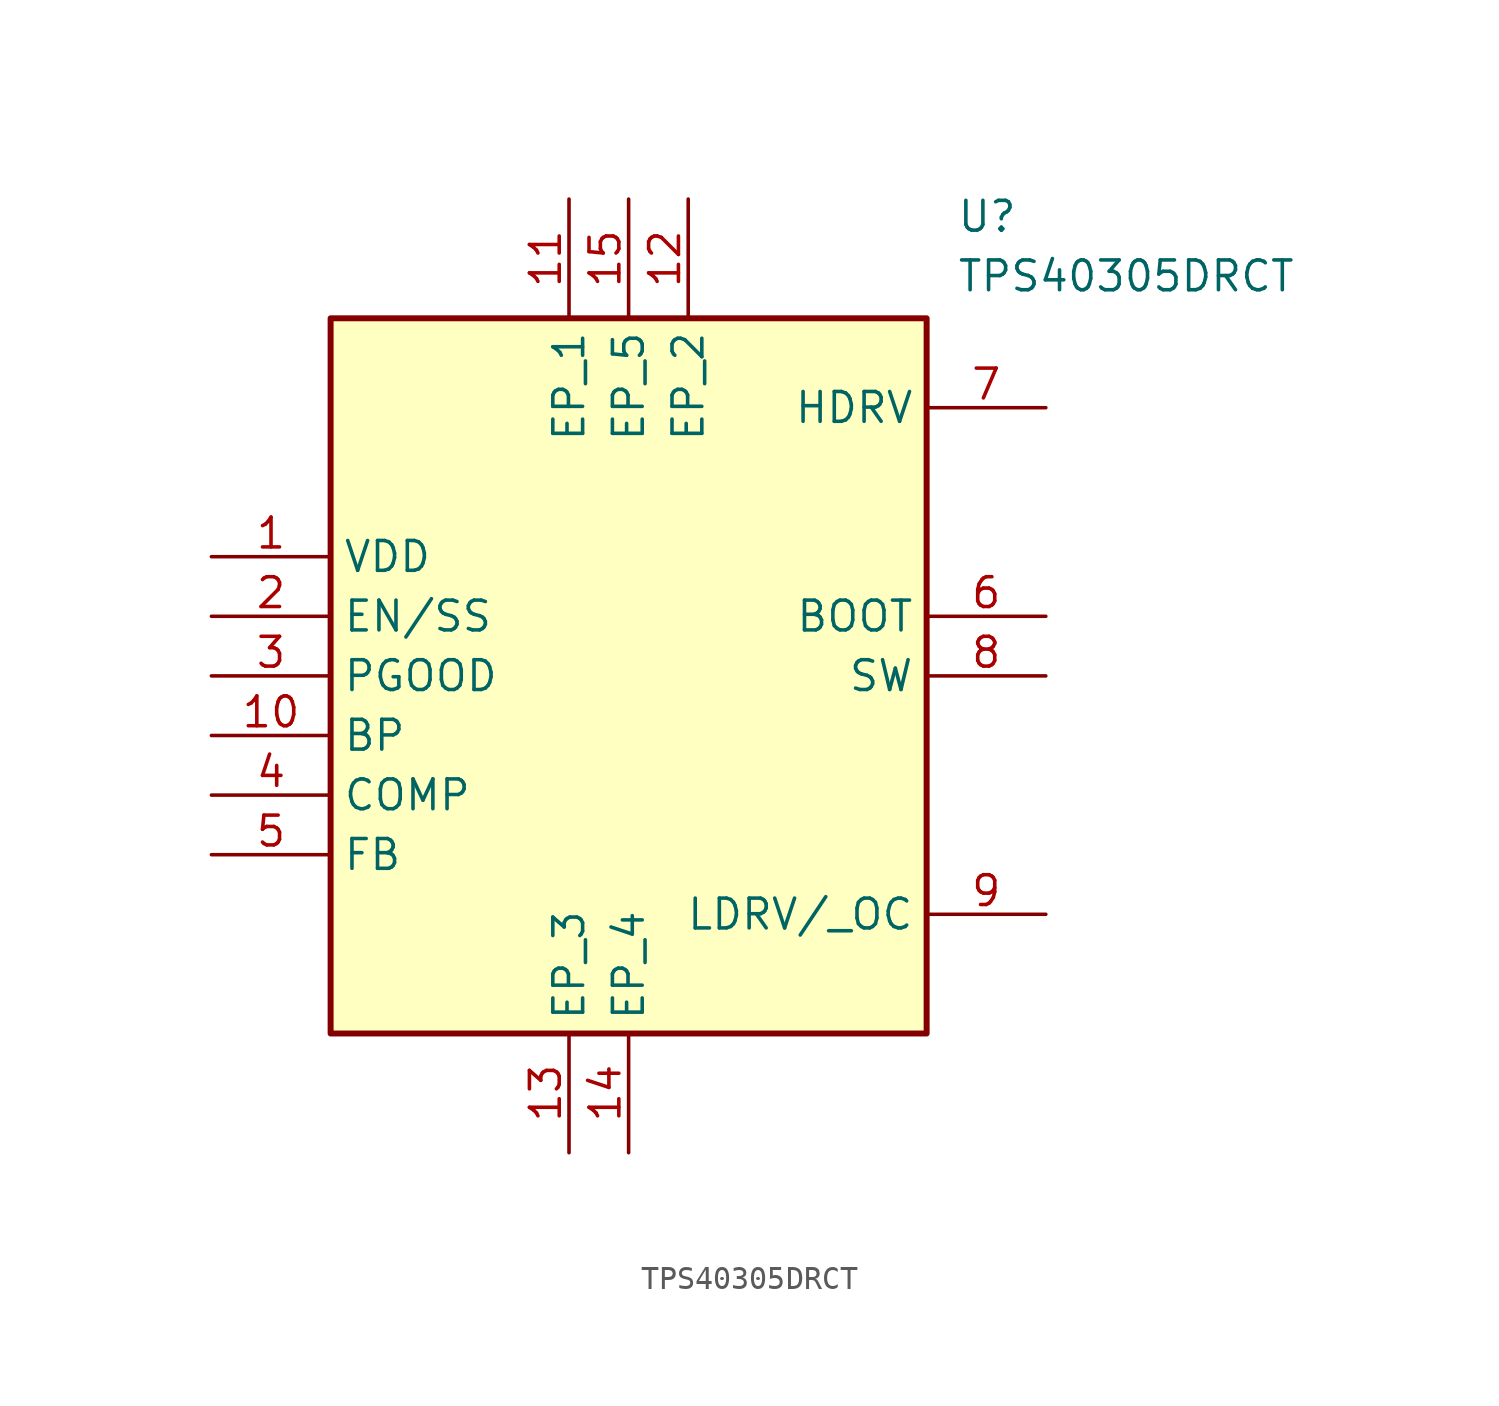
<source format=kicad_sym>
(kicad_symbol_lib
  (version 20241209)
  (generator "kicad_symbol_editor")
  (generator_version "9.0")
  (symbol "TPS40305DRCT"
    (property "Reference" "U"
      (at 31.75 15.24 0)
      (effects (font (size 1.27 1.27)) (justify left top)))
    (property "Value" "TPS40305DRCT"
      (at 31.75 12.7 0)
      (effects (font (size 1.27 1.27)) (justify left top)))
    (symbol "TPS40305DRCT_1_1"
      (rectangle (start 5.08 10.16) (end 30.48 -20.32) (stroke (width 0.254) (type default)) (fill (type background)))
      (pin passive line (at 0 0 0) (length 5.08) (name "VDD" (effects (font (size 1.27 1.27)))) (number "1" (effects (font (size 1.27 1.27)))))
      (pin passive line (at 0 -2.54 0) (length 5.08) (name "EN/SS" (effects (font (size 1.27 1.27)))) (number "2" (effects (font (size 1.27 1.27)))))
      (pin passive line (at 0 -5.08 0) (length 5.08) (name "PGOOD" (effects (font (size 1.27 1.27)))) (number "3" (effects (font (size 1.27 1.27)))))
      (pin passive line (at 0 -7.62 0) (length 5.08) (name "BP" (effects (font (size 1.27 1.27)))) (number "10" (effects (font (size 1.27 1.27)))))
      (pin passive line (at 0 -10.16 0) (length 5.08) (name "COMP" (effects (font (size 1.27 1.27)))) (number "4" (effects (font (size 1.27 1.27)))))
      (pin passive line (at 0 -12.7 0) (length 5.08) (name "FB" (effects (font (size 1.27 1.27)))) (number "5" (effects (font (size 1.27 1.27)))))
      (pin passive line (at 15.24 15.24 270) (length 5.08) (name "EP_1" (effects (font (size 1.27 1.27)))) (number "11" (effects (font (size 1.27 1.27)))))
      (pin passive line (at 15.24 -25.4 90) (length 5.08) (name "EP_3" (effects (font (size 1.27 1.27)))) (number "13" (effects (font (size 1.27 1.27)))))
      (pin passive line (at 17.78 15.24 270) (length 5.08) (name "EP_5" (effects (font (size 1.27 1.27)))) (number "15" (effects (font (size 1.27 1.27)))))
      (pin passive line (at 17.78 -25.4 90) (length 5.08) (name "EP_4" (effects (font (size 1.27 1.27)))) (number "14" (effects (font (size 1.27 1.27)))))
      (pin passive line (at 20.32 15.24 270) (length 5.08) (name "EP_2" (effects (font (size 1.27 1.27)))) (number "12" (effects (font (size 1.27 1.27)))))
      (pin passive line (at 35.56 6.35 180) (length 5.08) (name "HDRV" (effects (font (size 1.27 1.27)))) (number "7" (effects (font (size 1.27 1.27)))))
      (pin passive line (at 35.56 -2.54 180) (length 5.08) (name "BOOT" (effects (font (size 1.27 1.27)))) (number "6" (effects (font (size 1.27 1.27)))))
      (pin passive line (at 35.56 -5.08 180) (length 5.08) (name "SW" (effects (font (size 1.27 1.27)))) (number "8" (effects (font (size 1.27 1.27)))))
      (pin passive line (at 35.56 -15.24 180) (length 5.08) (name "LDRV/_OC" (effects (font (size 1.27 1.27)))) (number "9" (effects (font (size 1.27 1.27))))))))
</source>
